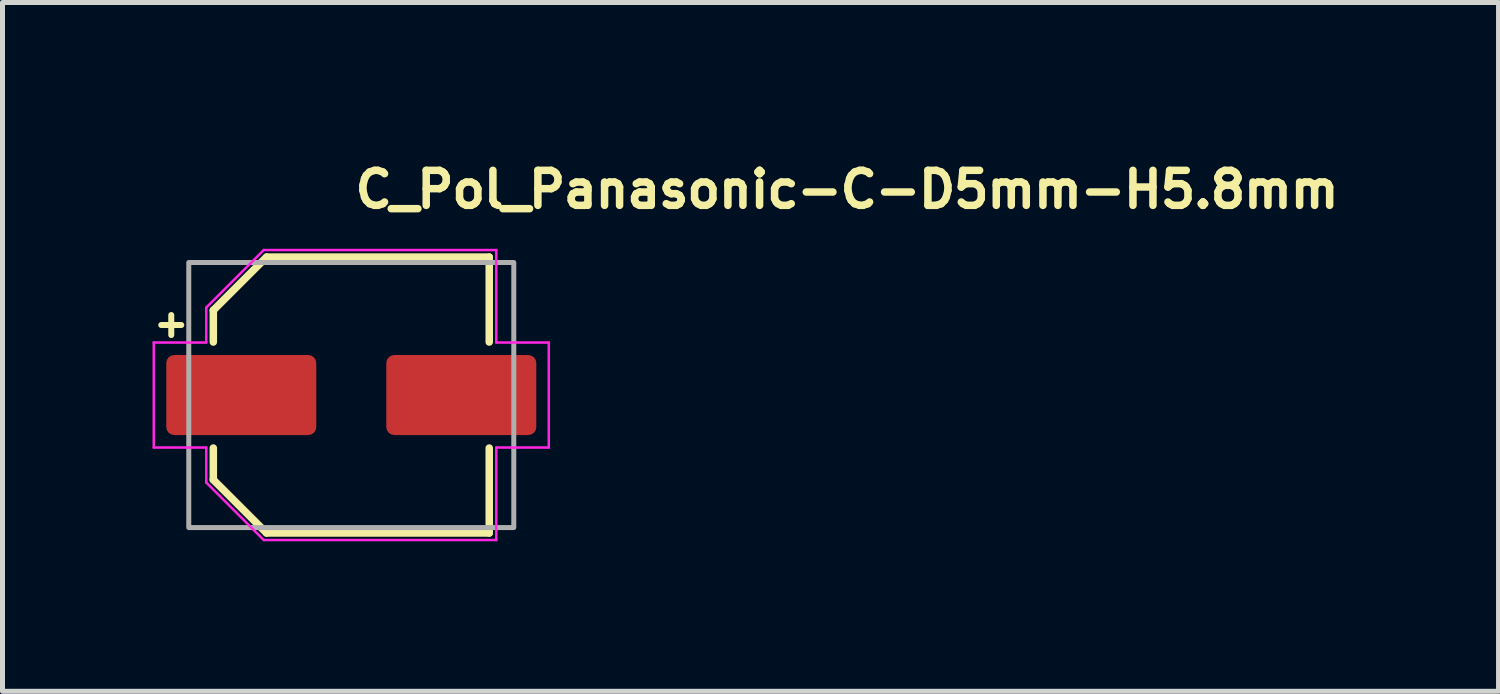
<source format=kicad_pcb>
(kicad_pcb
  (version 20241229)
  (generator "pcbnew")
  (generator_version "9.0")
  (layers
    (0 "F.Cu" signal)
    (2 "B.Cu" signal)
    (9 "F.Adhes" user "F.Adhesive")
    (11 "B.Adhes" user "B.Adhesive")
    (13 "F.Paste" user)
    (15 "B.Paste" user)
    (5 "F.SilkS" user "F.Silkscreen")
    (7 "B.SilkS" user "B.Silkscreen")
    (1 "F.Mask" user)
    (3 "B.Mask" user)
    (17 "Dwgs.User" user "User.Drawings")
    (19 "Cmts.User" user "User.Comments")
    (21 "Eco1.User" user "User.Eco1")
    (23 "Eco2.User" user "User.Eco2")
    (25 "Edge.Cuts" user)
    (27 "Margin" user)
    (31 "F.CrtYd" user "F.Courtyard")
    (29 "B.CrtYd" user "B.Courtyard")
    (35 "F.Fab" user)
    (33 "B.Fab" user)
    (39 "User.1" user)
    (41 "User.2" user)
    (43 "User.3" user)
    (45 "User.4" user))
  (footprint "C_Pol_Panasonic-C-D5mm-H5.8mm"
    (layer "F.Cu")
    (at 3.975 4.85)
    (property "Reference" "C_Pol_Panasonic-C-D5mm-H5.8mm" (at 0 -3.7 0) (layer "F.SilkS") (effects (font (size 0.7 0.7) (thickness 0.15)) (justify left bottom)))
    (attr smd)
    (fp_line (start -3.8 -1.4) (end -3.4 -1.4) (stroke (width 0.12) (type solid)) (layer "F.SilkS"))
    (fp_line (start -3.6 -1.6) (end -3.6 -1.2) (stroke (width 0.12) (type solid)) (layer "F.SilkS"))
    (fp_line (start -2.759 -1.695) (end -2.759 -1.06) (stroke (width 0.15) (type solid)) (layer "F.SilkS"))
    (fp_line (start -2.759 -1.695) (end -1.695 -2.759) (stroke (width 0.15) (type solid)) (layer "F.SilkS"))
    (fp_line (start -2.759 1.695) (end -2.759 1.06) (stroke (width 0.15) (type solid)) (layer "F.SilkS"))
    (fp_line (start -2.759 1.695) (end -1.695 2.759) (stroke (width 0.15) (type solid)) (layer "F.SilkS"))
    (fp_line (start -1.695 -2.759) (end 2.759 -2.759) (stroke (width 0.15) (type solid)) (layer "F.SilkS"))
    (fp_line (start -1.695 2.759) (end 2.759 2.759) (stroke (width 0.15) (type solid)) (layer "F.SilkS"))
    (fp_line (start 2.759 -2.759) (end 2.759 -1.06) (stroke (width 0.15) (type solid)) (layer "F.SilkS"))
    (fp_line (start 2.759 2.759) (end 2.759 1.06) (stroke (width 0.15) (type solid)) (layer "F.SilkS"))
    (fp_line (start -3.95 -1.05) (end -3.95 1.05) (stroke (width 0.05) (type solid)) (layer "F.CrtYd"))
    (fp_line (start -3.95 1.05) (end -2.9 1.05) (stroke (width 0.05) (type solid)) (layer "F.CrtYd"))
    (fp_line (start -2.9 -1.75) (end -2.9 -1.05) (stroke (width 0.05) (type solid)) (layer "F.CrtYd"))
    (fp_line (start -2.9 -1.75) (end -1.75 -2.9) (stroke (width 0.05) (type solid)) (layer "F.CrtYd"))
    (fp_line (start -2.9 -1.05) (end -3.95 -1.05) (stroke (width 0.05) (type solid)) (layer "F.CrtYd"))
    (fp_line (start -2.9 1.05) (end -2.9 1.75) (stroke (width 0.05) (type solid)) (layer "F.CrtYd"))
    (fp_line (start -2.9 1.75) (end -1.75 2.9) (stroke (width 0.05) (type solid)) (layer "F.CrtYd"))
    (fp_line (start -1.75 -2.9) (end 2.9 -2.9) (stroke (width 0.05) (type solid)) (layer "F.CrtYd"))
    (fp_line (start -1.75 2.9) (end 2.9 2.9) (stroke (width 0.05) (type solid)) (layer "F.CrtYd"))
    (fp_line (start 2.9 -2.9) (end 2.9 -1.05) (stroke (width 0.05) (type solid)) (layer "F.CrtYd"))
    (fp_line (start 2.9 -1.05) (end 3.95 -1.05) (stroke (width 0.05) (type solid)) (layer "F.CrtYd"))
    (fp_line (start 2.9 1.05) (end 2.9 2.9) (stroke (width 0.05) (type solid)) (layer "F.CrtYd"))
    (fp_line (start 3.95 -1.05) (end 3.95 1.05) (stroke (width 0.05) (type solid)) (layer "F.CrtYd"))
    (fp_line (start 3.95 1.05) (end 2.9 1.05) (stroke (width 0.05) (type solid)) (layer "F.CrtYd"))
    (fp_rect (start -3.25 -2.65) (end 3.25 2.65) (stroke (width 0.1) (type solid)) (fill no) (layer "F.Fab"))
    (fp_rect (start -3.25 -2.65) (end 3.25 2.65) (stroke (width 0.1) (type solid)) (fill no) (layer "User.5"))
    (fp_line (start -3.25 -0.325) (end -3.25 0.325) (stroke (width 0.02) (type solid)) (layer "User.9"))
    (fp_line (start -3.25 0.325) (end -2.65 0.325) (stroke (width 0.02) (type solid)) (layer "User.9"))
    (fp_line (start -2.65 -1.649) (end -2.65 -0.517) (stroke (width 0.02) (type solid)) (layer "User.9"))
    (fp_line (start -2.65 -0.517) (end -2.65 0.517) (stroke (width 0.02) (type solid)) (layer "User.9"))
    (fp_line (start -2.65 -0.517) (end -2.628 -0.617) (stroke (width 0.02) (type solid)) (layer "User.9"))
    (fp_line (start -2.65 -0.325) (end -3.25 -0.325) (stroke (width 0.02) (type solid)) (layer "User.9"))
    (fp_line (start -2.65 0.517) (end -2.65 1.649) (stroke (width 0.02) (type solid)) (layer "User.9"))
    (fp_line (start -2.65 1.649) (end -1.649 2.65) (stroke (width 0.02) (type solid)) (layer "User.9"))
    (fp_line (start -2.628 -0.617) (end -2.603 -0.716) (stroke (width 0.02) (type solid)) (layer "User.9"))
    (fp_line (start -2.628 0.617) (end -2.65 0.517) (stroke (width 0.02) (type solid)) (layer "User.9"))
    (fp_line (start -2.603 -0.716) (end -2.542 -0.909) (stroke (width 0.02) (type solid)) (layer "User.9"))
    (fp_line (start -2.603 0.716) (end -2.628 0.617) (stroke (width 0.02) (type solid)) (layer "User.9"))
    (fp_line (start -2.542 -0.909) (end -2.467 -1.096) (stroke (width 0.02) (type solid)) (layer "User.9"))
    (fp_line (start -2.542 0.909) (end -2.603 0.716) (stroke (width 0.02) (type solid)) (layer "User.9"))
    (fp_line (start -2.5 0) (end -2.495 -0.148) (stroke (width 0.02) (type solid)) (layer "User.9"))
    (fp_line (start -2.498 0.073) (end -2.5 0) (stroke (width 0.02) (type solid)) (layer "User.9"))
    (fp_line (start -2.495 -0.148) (end -2.482 -0.295) (stroke (width 0.02) (type solid)) (layer "User.9"))
    (fp_line (start -2.495 0.147) (end -2.498 0.073) (stroke (width 0.02) (type solid)) (layer "User.9"))
    (fp_line (start -2.495 0.148) (end -2.5 0) (stroke (width 0.02) (type solid)) (layer "User.9"))
    (fp_line (start -2.49 0.221) (end -2.495 0.147) (stroke (width 0.02) (type solid)) (layer "User.9"))
    (fp_line (start -2.482 -0.295) (end -2.46 -0.441) (stroke (width 0.02) (type solid)) (layer "User.9"))
    (fp_line (start -2.482 0.295) (end -2.495 0.148) (stroke (width 0.02) (type solid)) (layer "User.9"))
    (fp_line (start -2.482 0.295) (end -2.49 0.221) (stroke (width 0.02) (type solid)) (layer "User.9"))
    (fp_line (start -2.472 0.369) (end -2.482 0.295) (stroke (width 0.02) (type solid)) (layer "User.9"))
    (fp_line (start -2.467 -1.096) (end -2.379 -1.275) (stroke (width 0.02) (type solid)) (layer "User.9"))
    (fp_line (start -2.467 1.096) (end -2.542 0.909) (stroke (width 0.02) (type solid)) (layer "User.9"))
    (fp_line (start -2.46 -0.441) (end -2.43 -0.584) (stroke (width 0.02) (type solid)) (layer "User.9"))
    (fp_line (start -2.46 0.441) (end -2.482 0.295) (stroke (width 0.02) (type solid)) (layer "User.9"))
    (fp_line (start -2.46 0.442) (end -2.472 0.369) (stroke (width 0.02) (type solid)) (layer "User.9"))
    (fp_line (start -2.446 0.515) (end -2.46 0.442) (stroke (width 0.02) (type solid)) (layer "User.9"))
    (fp_line (start -2.43 -0.584) (end -2.392 -0.725) (stroke (width 0.02) (type solid)) (layer "User.9"))
    (fp_line (start -2.43 0.584) (end -2.46 0.441) (stroke (width 0.02) (type solid)) (layer "User.9"))
    (fp_line (start -2.429 0.588) (end -2.446 0.515) (stroke (width 0.02) (type solid)) (layer "User.9"))
    (fp_line (start -2.411 0.66) (end -2.429 0.588) (stroke (width 0.02) (type solid)) (layer "User.9"))
    (fp_line (start -2.392 -0.725) (end -2.346 -0.863) (stroke (width 0.02) (type solid)) (layer "User.9"))
    (fp_line (start -2.392 0.725) (end -2.43 0.584) (stroke (width 0.02) (type solid)) (layer "User.9"))
    (fp_line (start -2.39 0.732) (end -2.411 0.66) (stroke (width 0.02) (type solid)) (layer "User.9"))
    (fp_line (start -2.379 -1.275) (end -2.279 -1.447) (stroke (width 0.02) (type solid)) (layer "User.9"))
    (fp_line (start -2.379 1.275) (end -2.467 1.096) (stroke (width 0.02) (type solid)) (layer "User.9"))
    (fp_line (start -2.367 0.803) (end -2.39 0.732) (stroke (width 0.02) (type solid)) (layer "User.9"))
    (fp_line (start -2.346 -0.863) (end -2.292 -0.998) (stroke (width 0.02) (type solid)) (layer "User.9"))
    (fp_line (start -2.346 0.863) (end -2.392 0.725) (stroke (width 0.02) (type solid)) (layer "User.9"))
    (fp_line (start -2.342 0.873) (end -2.367 0.803) (stroke (width 0.02) (type solid)) (layer "User.9"))
    (fp_line (start -2.315 0.943) (end -2.342 0.873) (stroke (width 0.02) (type solid)) (layer "User.9"))
    (fp_line (start -2.292 -0.998) (end -2.23 -1.129) (stroke (width 0.02) (type solid)) (layer "User.9"))
    (fp_line (start -2.292 0.998) (end -2.346 0.863) (stroke (width 0.02) (type solid)) (layer "User.9"))
    (fp_line (start -2.286 1.011) (end -2.315 0.943) (stroke (width 0.02) (type solid)) (layer "User.9"))
    (fp_line (start -2.279 -1.447) (end -2.167 -1.61) (stroke (width 0.02) (type solid)) (layer "User.9"))
    (fp_line (start -2.279 1.447) (end -2.379 1.275) (stroke (width 0.02) (type solid)) (layer "User.9"))
    (fp_line (start -2.259 -1.07) (end -2.223 -1.142) (stroke (width 0.02) (type solid)) (layer "User.9"))
    (fp_line (start -2.259 -1.07) (end -2.223 -1.142) (stroke (width 0.02) (type solid)) (layer "User.9"))
    (fp_line (start -2.254 1.079) (end -2.286 1.011) (stroke (width 0.02) (type solid)) (layer "User.9"))
    (fp_line (start -2.23 -1.129) (end -2.16 -1.257) (stroke (width 0.02) (type solid)) (layer "User.9"))
    (fp_line (start -2.23 1.129) (end -2.292 0.998) (stroke (width 0.02) (type solid)) (layer "User.9"))
    (fp_line (start -2.223 -1.142) (end -2.185 -1.213) (stroke (width 0.02) (type solid)) (layer "User.9"))
    (fp_line (start -2.223 -1.142) (end -2.185 -1.213) (stroke (width 0.02) (type solid)) (layer "User.9"))
    (fp_line (start -2.223 1.142) (end -2.259 1.07) (stroke (width 0.02) (type solid)) (layer "User.9"))
    (fp_line (start -2.221 1.146) (end -2.254 1.079) (stroke (width 0.02) (type solid)) (layer "User.9"))
    (fp_line (start -2.221 1.146) (end -2.221 1.146) (stroke (width 0.02) (type solid)) (layer "User.9"))
    (fp_line (start -2.186 1.213) (end -2.221 1.146) (stroke (width 0.02) (type solid)) (layer "User.9"))
    (fp_line (start -2.185 -1.213) (end -2.145 -1.283) (stroke (width 0.02) (type solid)) (layer "User.9"))
    (fp_line (start -2.185 -1.213) (end -2.145 -1.283) (stroke (width 0.02) (type solid)) (layer "User.9"))
    (fp_line (start -2.185 1.213) (end -2.223 1.142) (stroke (width 0.02) (type solid)) (layer "User.9"))
    (fp_line (start -2.167 -1.61) (end -2.043 -1.764) (stroke (width 0.02) (type solid)) (layer "User.9"))
    (fp_line (start -2.167 1.61) (end -2.279 1.447) (stroke (width 0.02) (type solid)) (layer "User.9"))
    (fp_line (start -2.16 -1.257) (end -2.084 -1.38) (stroke (width 0.02) (type solid)) (layer "User.9"))
    (fp_line (start -2.16 1.257) (end -2.23 1.129) (stroke (width 0.02) (type solid)) (layer "User.9"))
    (fp_line (start -2.148 1.278) (end -2.186 1.213) (stroke (width 0.02) (type solid)) (layer "User.9"))
    (fp_line (start -2.145 -1.283) (end -2.103 -1.351) (stroke (width 0.02) (type solid)) (layer "User.9"))
    (fp_line (start -2.145 -1.283) (end -2.103 -1.351) (stroke (width 0.02) (type solid)) (layer "User.9"))
    (fp_line (start -2.145 1.283) (end -2.185 1.213) (stroke (width 0.02) (type solid)) (layer "User.9"))
    (fp_line (start -2.109 1.341) (end -2.148 1.278) (stroke (width 0.02) (type solid)) (layer "User.9"))
    (fp_line (start -2.103 -1.351) (end -2.058 -1.418) (stroke (width 0.02) (type solid)) (layer "User.9"))
    (fp_line (start -2.103 -1.351) (end -2.058 -1.418) (stroke (width 0.02) (type solid)) (layer "User.9"))
    (fp_line (start -2.103 1.351) (end -2.145 1.283) (stroke (width 0.02) (type solid)) (layer "User.9"))
    (fp_line (start -2.084 -1.38) (end -2 -1.499) (stroke (width 0.02) (type solid)) (layer "User.9"))
    (fp_line (start -2.084 1.38) (end -2.16 1.257) (stroke (width 0.02) (type solid)) (layer "User.9"))
    (fp_line (start -2.068 1.404) (end -2.109 1.341) (stroke (width 0.02) (type solid)) (layer "User.9"))
    (fp_line (start -2.058 -1.418) (end -2.012 -1.483) (stroke (width 0.02) (type solid)) (layer "User.9"))
    (fp_line (start -2.058 -1.418) (end -2.012 -1.483) (stroke (width 0.02) (type solid)) (layer "User.9"))
    (fp_line (start -2.058 1.418) (end -2.103 1.351) (stroke (width 0.02) (type solid)) (layer "User.9"))
    (fp_line (start -2.043 -1.764) (end -1.909 -1.909) (stroke (width 0.02) (type solid)) (layer "User.9"))
    (fp_line (start -2.043 1.764) (end -2.167 1.61) (stroke (width 0.02) (type solid)) (layer "User.9"))
    (fp_line (start -2.024 1.465) (end -2.068 1.404) (stroke (width 0.02) (type solid)) (layer "User.9"))
    (fp_line (start -2.012 -1.483) (end -1.963 -1.547) (stroke (width 0.02) (type solid)) (layer "User.9"))
    (fp_line (start -2.012 -1.483) (end -1.963 -1.547) (stroke (width 0.02) (type solid)) (layer "User.9"))
    (fp_line (start -2.012 1.483) (end -2.058 1.418) (stroke (width 0.02) (type solid)) (layer "User.9"))
    (fp_line (start -2 -1.499) (end -1.909 -1.613) (stroke (width 0.02) (type solid)) (layer "User.9"))
    (fp_line (start -2 1.499) (end -2.084 1.38) (stroke (width 0.02) (type solid)) (layer "User.9"))
    (fp_line (start -1.98 1.526) (end -2.024 1.465) (stroke (width 0.02) (type solid)) (layer "User.9"))
    (fp_line (start -1.963 -1.547) (end -1.912 -1.609) (stroke (width 0.02) (type solid)) (layer "User.9"))
    (fp_line (start -1.963 -1.547) (end -1.912 -1.609) (stroke (width 0.02) (type solid)) (layer "User.9"))
    (fp_line (start -1.963 1.547) (end -2.012 1.483) (stroke (width 0.02) (type solid)) (layer "User.9"))
    (fp_line (start -1.933 1.584) (end -1.98 1.526) (stroke (width 0.02) (type solid)) (layer "User.9"))
    (fp_line (start -1.912 -1.609) (end -1.859 -1.67) (stroke (width 0.02) (type solid)) (layer "User.9"))
    (fp_line (start -1.912 -1.609) (end -1.859 -1.67) (stroke (width 0.02) (type solid)) (layer "User.9"))
    (fp_line (start -1.912 1.609) (end -1.963 1.547) (stroke (width 0.02) (type solid)) (layer "User.9"))
    (fp_line (start -1.909 -1.909) (end -1.764 -2.043) (stroke (width 0.02) (type solid)) (layer "User.9"))
    (fp_line (start -1.909 -1.613) (end -1.811 -1.722) (stroke (width 0.02) (type solid)) (layer "User.9"))
    (fp_line (start -1.909 1.613) (end -2 1.499) (stroke (width 0.02) (type solid)) (layer "User.9"))
    (fp_line (start -1.909 1.909) (end -2.043 1.764) (stroke (width 0.02) (type solid)) (layer "User.9"))
    (fp_line (start -1.884 1.642) (end -1.933 1.584) (stroke (width 0.02) (type solid)) (layer "User.9"))
    (fp_line (start -1.859 -1.67) (end -1.805 -1.729) (stroke (width 0.02) (type solid)) (layer "User.9"))
    (fp_line (start -1.859 -1.67) (end -1.805 -1.729) (stroke (width 0.02) (type solid)) (layer "User.9"))
    (fp_line (start -1.859 1.67) (end -1.912 1.609) (stroke (width 0.02) (type solid)) (layer "User.9"))
    (fp_line (start -1.834 1.698) (end -1.884 1.642) (stroke (width 0.02) (type solid)) (layer "User.9"))
    (fp_line (start -1.811 -1.722) (end -1.707 -1.826) (stroke (width 0.02) (type solid)) (layer "User.9"))
    (fp_line (start -1.811 1.722) (end -1.909 1.613) (stroke (width 0.02) (type solid)) (layer "User.9"))
    (fp_line (start -1.805 -1.729) (end -1.748 -1.786) (stroke (width 0.02) (type solid)) (layer "User.9"))
    (fp_line (start -1.805 -1.729) (end -1.748 -1.786) (stroke (width 0.02) (type solid)) (layer "User.9"))
    (fp_line (start -1.805 1.729) (end -1.859 1.67) (stroke (width 0.02) (type solid)) (layer "User.9"))
    (fp_line (start -1.782 1.752) (end -1.834 1.698) (stroke (width 0.02) (type solid)) (layer "User.9"))
    (fp_line (start -1.764 -2.043) (end -1.61 -2.167) (stroke (width 0.02) (type solid)) (layer "User.9"))
    (fp_line (start -1.764 2.043) (end -1.909 1.909) (stroke (width 0.02) (type solid)) (layer "User.9"))
    (fp_line (start -1.748 -1.786) (end -1.69 -1.842) (stroke (width 0.02) (type solid)) (layer "User.9"))
    (fp_line (start -1.748 -1.786) (end -1.69 -1.842) (stroke (width 0.02) (type solid)) (layer "User.9"))
    (fp_line (start -1.748 1.786) (end -1.805 1.729) (stroke (width 0.02) (type solid)) (layer "User.9"))
    (fp_line (start -1.729 1.805) (end -1.782 1.752) (stroke (width 0.02) (type solid)) (layer "User.9"))
    (fp_line (start -1.707 -1.826) (end -1.596 -1.924) (stroke (width 0.02) (type solid)) (layer "User.9"))
    (fp_line (start -1.707 1.826) (end -1.811 1.722) (stroke (width 0.02) (type solid)) (layer "User.9"))
    (fp_line (start -1.69 -1.842) (end -1.63 -1.895) (stroke (width 0.02) (type solid)) (layer "User.9"))
    (fp_line (start -1.69 -1.842) (end -1.63 -1.895) (stroke (width 0.02) (type solid)) (layer "User.9"))
    (fp_line (start -1.69 1.842) (end -1.748 1.786) (stroke (width 0.02) (type solid)) (layer "User.9"))
    (fp_line (start -1.674 1.856) (end -1.729 1.805) (stroke (width 0.02) (type solid)) (layer "User.9"))
    (fp_line (start -1.649 -2.65) (end -2.65 -1.649) (stroke (width 0.02) (type solid)) (layer "User.9"))
    (fp_line (start -1.63 -1.895) (end -1.568 -1.947) (stroke (width 0.02) (type solid)) (layer "User.9"))
    (fp_line (start -1.63 -1.895) (end -1.568 -1.947) (stroke (width 0.02) (type solid)) (layer "User.9"))
    (fp_line (start -1.63 1.895) (end -1.69 1.842) (stroke (width 0.02) (type solid)) (layer "User.9"))
    (fp_line (start -1.617 1.906) (end -1.674 1.856) (stroke (width 0.02) (type solid)) (layer "User.9"))
    (fp_line (start -1.61 -2.167) (end -1.447 -2.279) (stroke (width 0.02) (type solid)) (layer "User.9"))
    (fp_line (start -1.61 2.167) (end -1.764 2.043) (stroke (width 0.02) (type solid)) (layer "User.9"))
    (fp_line (start -1.596 -1.924) (end -1.479 -2.015) (stroke (width 0.02) (type solid)) (layer "User.9"))
    (fp_line (start -1.596 1.924) (end -1.707 1.826) (stroke (width 0.02) (type solid)) (layer "User.9"))
    (fp_line (start -1.568 -1.947) (end -1.504 -1.996) (stroke (width 0.02) (type solid)) (layer "User.9"))
    (fp_line (start -1.568 -1.947) (end -1.504 -1.996) (stroke (width 0.02) (type solid)) (layer "User.9"))
    (fp_line (start -1.568 1.947) (end -1.63 1.895) (stroke (width 0.02) (type solid)) (layer "User.9"))
    (fp_line (start -1.559 1.953) (end -1.617 1.906) (stroke (width 0.02) (type solid)) (layer "User.9"))
    (fp_line (start -1.504 -1.996) (end -1.439 -2.043) (stroke (width 0.02) (type solid)) (layer "User.9"))
    (fp_line (start -1.504 -1.996) (end -1.439 -2.043) (stroke (width 0.02) (type solid)) (layer "User.9"))
    (fp_line (start -1.504 1.996) (end -1.568 1.947) (stroke (width 0.02) (type solid)) (layer "User.9"))
    (fp_line (start -1.5 1.999) (end -1.559 1.953) (stroke (width 0.02) (type solid)) (layer "User.9"))
    (fp_line (start -1.479 -2.015) (end -1.479 -2.015) (stroke (width 0.02) (type solid)) (layer "User.9"))
    (fp_line (start -1.479 -2.015) (end -1.356 -2.099) (stroke (width 0.02) (type solid)) (layer "User.9"))
    (fp_line (start -1.479 2.015) (end -1.596 1.924) (stroke (width 0.02) (type solid)) (layer "User.9"))
    (fp_line (start -1.479 2.015) (end -1.479 2.015) (stroke (width 0.02) (type solid)) (layer "User.9"))
    (fp_line (start -1.447 -2.279) (end -1.275 -2.379) (stroke (width 0.02) (type solid)) (layer "User.9"))
    (fp_line (start -1.447 2.279) (end -1.61 2.167) (stroke (width 0.02) (type solid)) (layer "User.9"))
    (fp_line (start -1.439 2.043) (end -1.504 1.996) (stroke (width 0.02) (type solid)) (layer "User.9"))
    (fp_line (start -1.439 2.043) (end -1.5 1.999) (stroke (width 0.02) (type solid)) (layer "User.9"))
    (fp_line (start -1.356 -2.099) (end -1.23 -2.176) (stroke (width 0.02) (type solid)) (layer "User.9"))
    (fp_line (start -1.356 2.099) (end -1.479 2.015) (stroke (width 0.02) (type solid)) (layer "User.9"))
    (fp_line (start -1.275 -2.379) (end -1.096 -2.467) (stroke (width 0.02) (type solid)) (layer "User.9"))
    (fp_line (start -1.275 2.379) (end -1.447 2.279) (stroke (width 0.02) (type solid)) (layer "User.9"))
    (fp_line (start -1.23 -2.176) (end -1.1 -2.245) (stroke (width 0.02) (type solid)) (layer "User.9"))
    (fp_line (start -1.23 2.176) (end -1.356 2.099) (stroke (width 0.02) (type solid)) (layer "User.9"))
    (fp_line (start -1.1 -2.245) (end -0.966 -2.305) (stroke (width 0.02) (type solid)) (layer "User.9"))
    (fp_line (start -1.1 2.245) (end -1.23 2.176) (stroke (width 0.02) (type solid)) (layer "User.9"))
    (fp_line (start -1.096 -2.467) (end -0.909 -2.542) (stroke (width 0.02) (type solid)) (layer "User.9"))
    (fp_line (start -1.096 2.467) (end -1.275 2.379) (stroke (width 0.02) (type solid)) (layer "User.9"))
    (fp_line (start -0.966 -2.305) (end -0.83 -2.358) (stroke (width 0.02) (type solid)) (layer "User.9"))
    (fp_line (start -0.966 2.305) (end -1.1 2.245) (stroke (width 0.02) (type solid)) (layer "User.9"))
    (fp_line (start -0.909 -2.542) (end -0.716 -2.603) (stroke (width 0.02) (type solid)) (layer "User.9"))
    (fp_line (start -0.909 2.542) (end -1.096 2.467) (stroke (width 0.02) (type solid)) (layer "User.9"))
    (fp_line (start -0.83 -2.358) (end -0.691 -2.402) (stroke (width 0.02) (type solid)) (layer "User.9"))
    (fp_line (start -0.83 2.358) (end -0.966 2.305) (stroke (width 0.02) (type solid)) (layer "User.9"))
    (fp_line (start -0.716 -2.603) (end -0.617 -2.628) (stroke (width 0.02) (type solid)) (layer "User.9"))
    (fp_line (start -0.716 2.603) (end -0.909 2.542) (stroke (width 0.02) (type solid)) (layer "User.9"))
    (fp_line (start -0.691 -2.402) (end -0.551 -2.438) (stroke (width 0.02) (type solid)) (layer "User.9"))
    (fp_line (start -0.691 2.402) (end -0.83 2.358) (stroke (width 0.02) (type solid)) (layer "User.9"))
    (fp_line (start -0.617 -2.628) (end -0.517 -2.65) (stroke (width 0.02) (type solid)) (layer "User.9"))
    (fp_line (start -0.617 2.628) (end -0.716 2.603) (stroke (width 0.02) (type solid)) (layer "User.9"))
    (fp_line (start -0.551 -2.438) (end -0.408 -2.466) (stroke (width 0.02) (type solid)) (layer "User.9"))
    (fp_line (start -0.551 2.438) (end -0.691 2.402) (stroke (width 0.02) (type solid)) (layer "User.9"))
    (fp_line (start -0.517 -2.65) (end -1.649 -2.65) (stroke (width 0.02) (type solid)) (layer "User.9"))
    (fp_line (start -0.517 2.65) (end -1.649 2.65) (stroke (width 0.02) (type solid)) (layer "User.9"))
    (fp_line (start -0.517 2.65) (end -0.617 2.628) (stroke (width 0.02) (type solid)) (layer "User.9"))
    (fp_line (start -0.517 2.65) (end 0.517 2.65) (stroke (width 0.02) (type solid)) (layer "User.9"))
    (fp_line (start -0.408 -2.466) (end -0.264 -2.485) (stroke (width 0.02) (type solid)) (layer "User.9"))
    (fp_line (start -0.408 2.466) (end -0.551 2.438) (stroke (width 0.02) (type solid)) (layer "User.9"))
    (fp_line (start -0.264 -2.485) (end -0.119 -2.497) (stroke (width 0.02) (type solid)) (layer "User.9"))
    (fp_line (start -0.264 2.485) (end -0.408 2.466) (stroke (width 0.02) (type solid)) (layer "User.9"))
    (fp_line (start -0.119 -2.497) (end 0.025 -2.499) (stroke (width 0.02) (type solid)) (layer "User.9"))
    (fp_line (start -0.119 2.497) (end -0.264 2.485) (stroke (width 0.02) (type solid)) (layer "User.9"))
    (fp_line (start 0.025 -2.499) (end 0.171 -2.494) (stroke (width 0.02) (type solid)) (layer "User.9"))
    (fp_line (start 0.025 2.499) (end -0.119 2.497) (stroke (width 0.02) (type solid)) (layer "User.9"))
    (fp_line (start 0.171 -2.494) (end 0.317 -2.479) (stroke (width 0.02) (type solid)) (layer "User.9"))
    (fp_line (start 0.171 2.494) (end 0.025 2.499) (stroke (width 0.02) (type solid)) (layer "User.9"))
    (fp_line (start 0.317 -2.479) (end 0.462 -2.456) (stroke (width 0.02) (type solid)) (layer "User.9"))
    (fp_line (start 0.317 2.479) (end 0.171 2.494) (stroke (width 0.02) (type solid)) (layer "User.9"))
    (fp_line (start 0.462 -2.456) (end 0.606 -2.425) (stroke (width 0.02) (type solid)) (layer "User.9"))
    (fp_line (start 0.462 2.456) (end 0.317 2.479) (stroke (width 0.02) (type solid)) (layer "User.9"))
    (fp_line (start 0.517 -2.65) (end -0.517 -2.65) (stroke (width 0.02) (type solid)) (layer "User.9"))
    (fp_line (start 0.517 2.65) (end 0.617 2.628) (stroke (width 0.02) (type solid)) (layer "User.9"))
    (fp_line (start 0.517 2.65) (end 2.25 2.65) (stroke (width 0.02) (type solid)) (layer "User.9"))
    (fp_line (start 0.606 -2.425) (end 0.75 -2.384) (stroke (width 0.02) (type solid)) (layer "User.9"))
    (fp_line (start 0.606 2.425) (end 0.462 2.456) (stroke (width 0.02) (type solid)) (layer "User.9"))
    (fp_line (start 0.617 -2.628) (end 0.517 -2.65) (stroke (width 0.02) (type solid)) (layer "User.9"))
    (fp_line (start 0.617 2.628) (end 0.716 2.603) (stroke (width 0.02) (type solid)) (layer "User.9"))
    (fp_line (start 0.716 -2.603) (end 0.617 -2.628) (stroke (width 0.02) (type solid)) (layer "User.9"))
    (fp_line (start 0.716 2.603) (end 0.909 2.542) (stroke (width 0.02) (type solid)) (layer "User.9"))
    (fp_line (start 0.75 -2.384) (end 0.846 -2.352) (stroke (width 0.02) (type solid)) (layer "User.9"))
    (fp_line (start 0.75 2.384) (end 0.606 2.425) (stroke (width 0.02) (type solid)) (layer "User.9"))
    (fp_line (start 0.846 -2.352) (end 0.941 -2.316) (stroke (width 0.02) (type solid)) (layer "User.9"))
    (fp_line (start 0.909 -2.542) (end 0.716 -2.603) (stroke (width 0.02) (type solid)) (layer "User.9"))
    (fp_line (start 0.909 2.542) (end 1.096 2.467) (stroke (width 0.02) (type solid)) (layer "User.9"))
    (fp_line (start 0.941 -2.316) (end 1.033 -2.276) (stroke (width 0.02) (type solid)) (layer "User.9"))
    (fp_line (start 0.941 2.316) (end 0.749 2.384) (stroke (width 0.02) (type solid)) (layer "User.9"))
    (fp_line (start 1.033 -2.276) (end 1.124 -2.233) (stroke (width 0.02) (type solid)) (layer "User.9"))
    (fp_line (start 1.093 -2.248) (end 1.197 -2.194) (stroke (width 0.02) (type solid)) (layer "User.9"))
    (fp_line (start 1.093 -2.248) (end 1.197 -2.194) (stroke (width 0.02) (type solid)) (layer "User.9"))
    (fp_line (start 1.096 -2.467) (end 0.909 -2.542) (stroke (width 0.02) (type solid)) (layer "User.9"))
    (fp_line (start 1.096 2.467) (end 1.275 2.379) (stroke (width 0.02) (type solid)) (layer "User.9"))
    (fp_line (start 1.124 -2.233) (end 1.212 -2.186) (stroke (width 0.02) (type solid)) (layer "User.9"))
    (fp_line (start 1.124 2.233) (end 0.941 2.316) (stroke (width 0.02) (type solid)) (layer "User.9"))
    (fp_line (start 1.197 -2.194) (end 1.298 -2.136) (stroke (width 0.02) (type solid)) (layer "User.9"))
    (fp_line (start 1.197 -2.194) (end 1.298 -2.136) (stroke (width 0.02) (type solid)) (layer "User.9"))
    (fp_line (start 1.197 2.194) (end 1.093 2.248) (stroke (width 0.02) (type solid)) (layer "User.9"))
    (fp_line (start 1.197 2.194) (end 1.093 2.248) (stroke (width 0.02) (type solid)) (layer "User.9"))
    (fp_line (start 1.212 -2.186) (end 1.298 -2.136) (stroke (width 0.02) (type solid)) (layer "User.9"))
    (fp_line (start 1.275 -2.379) (end 1.096 -2.467) (stroke (width 0.02) (type solid)) (layer "User.9"))
    (fp_line (start 1.275 2.379) (end 1.447 2.279) (stroke (width 0.02) (type solid)) (layer "User.9"))
    (fp_line (start 1.298 -2.136) (end 1.381 -2.083) (stroke (width 0.02) (type solid)) (layer "User.9"))
    (fp_line (start 1.298 -2.136) (end 1.396 -2.073) (stroke (width 0.02) (type solid)) (layer "User.9"))
    (fp_line (start 1.298 -2.136) (end 1.396 -2.073) (stroke (width 0.02) (type solid)) (layer "User.9"))
    (fp_line (start 1.298 2.136) (end 1.124 2.233) (stroke (width 0.02) (type solid)) (layer "User.9"))
    (fp_line (start 1.298 2.136) (end 1.197 2.194) (stroke (width 0.02) (type solid)) (layer "User.9"))
    (fp_line (start 1.298 2.136) (end 1.197 2.194) (stroke (width 0.02) (type solid)) (layer "User.9"))
    (fp_line (start 1.381 -2.083) (end 1.462 -2.027) (stroke (width 0.02) (type solid)) (layer "User.9"))
    (fp_line (start 1.396 -2.073) (end 1.491 -2.006) (stroke (width 0.02) (type solid)) (layer "User.9"))
    (fp_line (start 1.396 -2.073) (end 1.491 -2.006) (stroke (width 0.02) (type solid)) (layer "User.9"))
    (fp_line (start 1.396 2.073) (end 1.298 2.136) (stroke (width 0.02) (type solid)) (layer "User.9"))
    (fp_line (start 1.396 2.073) (end 1.298 2.136) (stroke (width 0.02) (type solid)) (layer "User.9"))
    (fp_line (start 1.447 -2.279) (end 1.275 -2.379) (stroke (width 0.02) (type solid)) (layer "User.9"))
    (fp_line (start 1.447 2.279) (end 1.61 2.167) (stroke (width 0.02) (type solid)) (layer "User.9"))
    (fp_line (start 1.462 -2.027) (end 1.541 -1.968) (stroke (width 0.02) (type solid)) (layer "User.9"))
    (fp_line (start 1.462 2.027) (end 1.298 2.136) (stroke (width 0.02) (type solid)) (layer "User.9"))
    (fp_line (start 1.491 -2.006) (end 1.583 -1.934) (stroke (width 0.02) (type solid)) (layer "User.9"))
    (fp_line (start 1.491 -2.006) (end 1.583 -1.934) (stroke (width 0.02) (type solid)) (layer "User.9"))
    (fp_line (start 1.491 2.006) (end 1.396 2.073) (stroke (width 0.02) (type solid)) (layer "User.9"))
    (fp_line (start 1.491 2.006) (end 1.396 2.073) (stroke (width 0.02) (type solid)) (layer "User.9"))
    (fp_line (start 1.541 -1.968) (end 1.617 -1.906) (stroke (width 0.02) (type solid)) (layer "User.9"))
    (fp_line (start 1.583 -1.934) (end 1.672 -1.858) (stroke (width 0.02) (type solid)) (layer "User.9"))
    (fp_line (start 1.583 -1.934) (end 1.672 -1.858) (stroke (width 0.02) (type solid)) (layer "User.9"))
    (fp_line (start 1.583 1.934) (end 1.491 2.006) (stroke (width 0.02) (type solid)) (layer "User.9"))
    (fp_line (start 1.583 1.934) (end 1.491 2.006) (stroke (width 0.02) (type solid)) (layer "User.9"))
    (fp_line (start 1.61 -2.167) (end 1.447 -2.279) (stroke (width 0.02) (type solid)) (layer "User.9"))
    (fp_line (start 1.61 2.167) (end 1.764 2.043) (stroke (width 0.02) (type solid)) (layer "User.9"))
    (fp_line (start 1.617 -1.906) (end 1.69 -1.841) (stroke (width 0.02) (type solid)) (layer "User.9"))
    (fp_line (start 1.617 1.906) (end 1.462 2.027) (stroke (width 0.02) (type solid)) (layer "User.9"))
    (fp_line (start 1.672 -1.858) (end 1.756 -1.778) (stroke (width 0.02) (type solid)) (layer "User.9"))
    (fp_line (start 1.672 -1.858) (end 1.756 -1.778) (stroke (width 0.02) (type solid)) (layer "User.9"))
    (fp_line (start 1.672 1.858) (end 1.583 1.934) (stroke (width 0.02) (type solid)) (layer "User.9"))
    (fp_line (start 1.672 1.858) (end 1.583 1.934) (stroke (width 0.02) (type solid)) (layer "User.9"))
    (fp_line (start 1.69 -1.841) (end 1.761 -1.774) (stroke (width 0.02) (type solid)) (layer "User.9"))
    (fp_line (start 1.756 -1.778) (end 1.837 -1.694) (stroke (width 0.02) (type solid)) (layer "User.9"))
    (fp_line (start 1.756 -1.778) (end 1.837 -1.694) (stroke (width 0.02) (type solid)) (layer "User.9"))
    (fp_line (start 1.756 1.778) (end 1.672 1.858) (stroke (width 0.02) (type solid)) (layer "User.9"))
    (fp_line (start 1.756 1.778) (end 1.672 1.858) (stroke (width 0.02) (type solid)) (layer "User.9"))
    (fp_line (start 1.761 -1.774) (end 1.829 -1.704) (stroke (width 0.02) (type solid)) (layer "User.9"))
    (fp_line (start 1.761 1.774) (end 1.617 1.906) (stroke (width 0.02) (type solid)) (layer "User.9"))
    (fp_line (start 1.764 -2.043) (end 1.61 -2.167) (stroke (width 0.02) (type solid)) (layer "User.9"))
    (fp_line (start 1.764 2.043) (end 1.909 1.909) (stroke (width 0.02) (type solid)) (layer "User.9"))
    (fp_line (start 1.829 -1.704) (end 1.894 -1.631) (stroke (width 0.02) (type solid)) (layer "User.9"))
    (fp_line (start 1.837 -1.694) (end 1.914 -1.607) (stroke (width 0.02) (type solid)) (layer "User.9"))
    (fp_line (start 1.837 -1.694) (end 1.914 -1.607) (stroke (width 0.02) (type solid)) (layer "User.9"))
    (fp_line (start 1.837 1.694) (end 1.756 1.778) (stroke (width 0.02) (type solid)) (layer "User.9"))
    (fp_line (start 1.837 1.694) (end 1.756 1.778) (stroke (width 0.02) (type solid)) (layer "User.9"))
    (fp_line (start 1.894 -1.631) (end 1.956 -1.556) (stroke (width 0.02) (type solid)) (layer "User.9"))
    (fp_line (start 1.894 1.631) (end 1.761 1.774) (stroke (width 0.02) (type solid)) (layer "User.9"))
    (fp_line (start 1.909 -1.909) (end 1.764 -2.043) (stroke (width 0.02) (type solid)) (layer "User.9"))
    (fp_line (start 1.909 1.909) (end 2.043 1.764) (stroke (width 0.02) (type solid)) (layer "User.9"))
    (fp_line (start 1.914 -1.607) (end 1.987 -1.516) (stroke (width 0.02) (type solid)) (layer "User.9"))
    (fp_line (start 1.914 -1.607) (end 1.987 -1.516) (stroke (width 0.02) (type solid)) (layer "User.9"))
    (fp_line (start 1.914 1.607) (end 1.837 1.694) (stroke (width 0.02) (type solid)) (layer "User.9"))
    (fp_line (start 1.914 1.607) (end 1.837 1.694) (stroke (width 0.02) (type solid)) (layer "User.9"))
    (fp_line (start 1.956 -1.556) (end 2.015 -1.479) (stroke (width 0.02) (type solid)) (layer "User.9"))
    (fp_line (start 1.987 -1.516) (end 2.056 -1.421) (stroke (width 0.02) (type solid)) (layer "User.9"))
    (fp_line (start 1.987 -1.516) (end 2.056 -1.421) (stroke (width 0.02) (type solid)) (layer "User.9"))
    (fp_line (start 1.987 1.516) (end 1.914 1.607) (stroke (width 0.02) (type solid)) (layer "User.9"))
    (fp_line (start 1.987 1.516) (end 1.914 1.607) (stroke (width 0.02) (type solid)) (layer "User.9"))
    (fp_line (start 2.015 -1.479) (end 2.071 -1.399) (stroke (width 0.02) (type solid)) (layer "User.9"))
    (fp_line (start 2.015 1.479) (end 1.894 1.631) (stroke (width 0.02) (type solid)) (layer "User.9"))
    (fp_line (start 2.043 -1.764) (end 1.909 -1.909) (stroke (width 0.02) (type solid)) (layer "User.9"))
    (fp_line (start 2.043 1.764) (end 2.167 1.61) (stroke (width 0.02) (type solid)) (layer "User.9"))
    (fp_line (start 2.056 -1.421) (end 2.12 -1.324) (stroke (width 0.02) (type solid)) (layer "User.9"))
    (fp_line (start 2.056 -1.421) (end 2.12 -1.324) (stroke (width 0.02) (type solid)) (layer "User.9"))
    (fp_line (start 2.056 1.421) (end 1.987 1.516) (stroke (width 0.02) (type solid)) (layer "User.9"))
    (fp_line (start 2.056 1.421) (end 1.987 1.516) (stroke (width 0.02) (type solid)) (layer "User.9"))
    (fp_line (start 2.071 -1.399) (end 2.124 -1.317) (stroke (width 0.02) (type solid)) (layer "User.9"))
    (fp_line (start 2.12 -1.324) (end 2.179 -1.224) (stroke (width 0.02) (type solid)) (layer "User.9"))
    (fp_line (start 2.12 -1.324) (end 2.179 -1.224) (stroke (width 0.02) (type solid)) (layer "User.9"))
    (fp_line (start 2.12 1.324) (end 2.056 1.421) (stroke (width 0.02) (type solid)) (layer "User.9"))
    (fp_line (start 2.12 1.324) (end 2.056 1.421) (stroke (width 0.02) (type solid)) (layer "User.9"))
    (fp_line (start 2.124 -1.317) (end 2.174 -1.233) (stroke (width 0.02) (type solid)) (layer "User.9"))
    (fp_line (start 2.124 1.317) (end 2.015 1.479) (stroke (width 0.02) (type solid)) (layer "User.9"))
    (fp_line (start 2.167 -1.61) (end 2.043 -1.764) (stroke (width 0.02) (type solid)) (layer "User.9"))
    (fp_line (start 2.167 1.61) (end 2.279 1.447) (stroke (width 0.02) (type solid)) (layer "User.9"))
    (fp_line (start 2.174 -1.233) (end 2.22 -1.148) (stroke (width 0.02) (type solid)) (layer "User.9"))
    (fp_line (start 2.179 -1.224) (end 2.234 -1.121) (stroke (width 0.02) (type solid)) (layer "User.9"))
    (fp_line (start 2.179 -1.224) (end 2.234 -1.121) (stroke (width 0.02) (type solid)) (layer "User.9"))
    (fp_line (start 2.179 1.224) (end 2.12 1.324) (stroke (width 0.02) (type solid)) (layer "User.9"))
    (fp_line (start 2.179 1.224) (end 2.12 1.324) (stroke (width 0.02) (type solid)) (layer "User.9"))
    (fp_line (start 2.22 -1.148) (end 2.264 -1.06) (stroke (width 0.02) (type solid)) (layer "User.9"))
    (fp_line (start 2.22 1.148) (end 2.124 1.317) (stroke (width 0.02) (type solid)) (layer "User.9"))
    (fp_line (start 2.234 -1.121) (end 2.284 -1.016) (stroke (width 0.02) (type solid)) (layer "User.9"))
    (fp_line (start 2.234 -1.121) (end 2.284 -1.016) (stroke (width 0.02) (type solid)) (layer "User.9"))
    (fp_line (start 2.234 1.121) (end 2.179 1.224) (stroke (width 0.02) (type solid)) (layer "User.9"))
    (fp_line (start 2.234 1.121) (end 2.179 1.224) (stroke (width 0.02) (type solid)) (layer "User.9"))
    (fp_line (start 2.25 -2.65) (end 0.517 -2.65) (stroke (width 0.02) (type solid)) (layer "User.9"))
    (fp_line (start 2.25 -2.65) (end 2.269 -2.649) (stroke (width 0.02) (type solid)) (layer "User.9"))
    (fp_line (start 2.264 -1.06) (end 2.303 -0.97) (stroke (width 0.02) (type solid)) (layer "User.9"))
    (fp_line (start 2.269 -2.649) (end 2.289 -2.648) (stroke (width 0.02) (type solid)) (layer "User.9"))
    (fp_line (start 2.269 2.649) (end 2.25 2.65) (stroke (width 0.02) (type solid)) (layer "User.9"))
    (fp_line (start 2.279 -1.447) (end 2.167 -1.61) (stroke (width 0.02) (type solid)) (layer "User.9"))
    (fp_line (start 2.279 1.447) (end 2.379 1.275) (stroke (width 0.02) (type solid)) (layer "User.9"))
    (fp_line (start 2.284 -1.016) (end 2.329 -0.908) (stroke (width 0.02) (type solid)) (layer "User.9"))
    (fp_line (start 2.284 -1.016) (end 2.329 -0.908) (stroke (width 0.02) (type solid)) (layer "User.9"))
    (fp_line (start 2.284 1.016) (end 2.234 1.121) (stroke (width 0.02) (type solid)) (layer "User.9"))
    (fp_line (start 2.284 1.016) (end 2.234 1.121) (stroke (width 0.02) (type solid)) (layer "User.9"))
    (fp_line (start 2.289 -2.648) (end 2.309 -2.645) (stroke (width 0.02) (type solid)) (layer "User.9"))
    (fp_line (start 2.289 2.648) (end 2.269 2.649) (stroke (width 0.02) (type solid)) (layer "User.9"))
    (fp_line (start 2.303 -0.97) (end 2.34 -0.879) (stroke (width 0.02) (type solid)) (layer "User.9"))
    (fp_line (start 2.303 0.97) (end 2.22 1.148) (stroke (width 0.02) (type solid)) (layer "User.9"))
    (fp_line (start 2.309 -2.645) (end 2.328 -2.642) (stroke (width 0.02) (type solid)) (layer "User.9"))
    (fp_line (start 2.309 2.645) (end 2.289 2.648) (stroke (width 0.02) (type solid)) (layer "User.9"))
    (fp_line (start 2.328 -2.642) (end 2.347 -2.637) (stroke (width 0.02) (type solid)) (layer "User.9"))
    (fp_line (start 2.328 2.642) (end 2.309 2.645) (stroke (width 0.02) (type solid)) (layer "User.9"))
    (fp_line (start 2.329 0.908) (end 2.284 1.016) (stroke (width 0.02) (type solid)) (layer "User.9"))
    (fp_line (start 2.329 0.908) (end 2.284 1.016) (stroke (width 0.02) (type solid)) (layer "User.9"))
    (fp_line (start 2.34 -0.879) (end 2.373 -0.787) (stroke (width 0.02) (type solid)) (layer "User.9"))
    (fp_line (start 2.347 -2.637) (end 2.366 -2.632) (stroke (width 0.02) (type solid)) (layer "User.9"))
    (fp_line (start 2.347 2.637) (end 2.328 2.642) (stroke (width 0.02) (type solid)) (layer "User.9"))
    (fp_line (start 2.366 -2.632) (end 2.384 -2.626) (stroke (width 0.02) (type solid)) (layer "User.9"))
    (fp_line (start 2.366 2.632) (end 2.347 2.637) (stroke (width 0.02) (type solid)) (layer "User.9"))
    (fp_line (start 2.373 -0.787) (end 2.402 -0.693) (stroke (width 0.02) (type solid)) (layer "User.9"))
    (fp_line (start 2.373 0.787) (end 2.303 0.97) (stroke (width 0.02) (type solid)) (layer "User.9"))
    (fp_line (start 2.379 -1.275) (end 2.279 -1.447) (stroke (width 0.02) (type solid)) (layer "User.9"))
    (fp_line (start 2.379 1.275) (end 2.467 1.096) (stroke (width 0.02) (type solid)) (layer "User.9"))
    (fp_line (start 2.384 -2.626) (end 2.403 -2.619) (stroke (width 0.02) (type solid)) (layer "User.9"))
    (fp_line (start 2.384 2.626) (end 2.366 2.632) (stroke (width 0.02) (type solid)) (layer "User.9"))
    (fp_line (start 2.402 -0.693) (end 2.427 -0.597) (stroke (width 0.02) (type solid)) (layer "User.9"))
    (fp_line (start 2.403 -2.619) (end 2.42 -2.611) (stroke (width 0.02) (type solid)) (layer "User.9"))
    (fp_line (start 2.403 2.619) (end 2.384 2.626) (stroke (width 0.02) (type solid)) (layer "User.9"))
    (fp_line (start 2.42 -2.611) (end 2.438 -2.602) (stroke (width 0.02) (type solid)) (layer "User.9"))
    (fp_line (start 2.42 2.611) (end 2.403 2.619) (stroke (width 0.02) (type solid)) (layer "User.9"))
    (fp_line (start 2.427 -0.597) (end 2.449 -0.5) (stroke (width 0.02) (type solid)) (layer "User.9"))
    (fp_line (start 2.427 0.597) (end 2.373 0.787) (stroke (width 0.02) (type solid)) (layer "User.9"))
    (fp_line (start 2.438 -2.602) (end 2.455 -2.593) (stroke (width 0.02) (type solid)) (layer "User.9"))
    (fp_line (start 2.438 2.602) (end 2.42 2.611) (stroke (width 0.02) (type solid)) (layer "User.9"))
    (fp_line (start 2.449 -0.5) (end 2.467 -0.402) (stroke (width 0.02) (type solid)) (layer "User.9"))
    (fp_line (start 2.455 -2.593) (end 2.471 -2.582) (stroke (width 0.02) (type solid)) (layer "User.9"))
    (fp_line (start 2.455 2.593) (end 2.438 2.602) (stroke (width 0.02) (type solid)) (layer "User.9"))
    (fp_line (start 2.467 -1.096) (end 2.379 -1.275) (stroke (width 0.02) (type solid)) (layer "User.9"))
    (fp_line (start 2.467 -0.402) (end 2.481 -0.303) (stroke (width 0.02) (type solid)) (layer "User.9"))
    (fp_line (start 2.467 0.402) (end 2.427 0.597) (stroke (width 0.02) (type solid)) (layer "User.9"))
    (fp_line (start 2.467 1.096) (end 2.542 0.909) (stroke (width 0.02) (type solid)) (layer "User.9"))
    (fp_line (start 2.471 -2.582) (end 2.487 -2.571) (stroke (width 0.02) (type solid)) (layer "User.9"))
    (fp_line (start 2.471 2.582) (end 2.455 2.593) (stroke (width 0.02) (type solid)) (layer "User.9"))
    (fp_line (start 2.481 -0.303) (end 2.491 -0.203) (stroke (width 0.02) (type solid)) (layer "User.9"))
    (fp_line (start 2.487 -2.571) (end 2.503 -2.559) (stroke (width 0.02) (type solid)) (layer "User.9"))
    (fp_line (start 2.487 2.571) (end 2.471 2.582) (stroke (width 0.02) (type solid)) (layer "User.9"))
    (fp_line (start 2.491 -0.203) (end 2.497 -0.101) (stroke (width 0.02) (type solid)) (layer "User.9"))
    (fp_line (start 2.491 0.203) (end 2.467 0.402) (stroke (width 0.02) (type solid)) (layer "User.9"))
    (fp_line (start 2.497 -0.101) (end 2.5 0) (stroke (width 0.02) (type solid)) (layer "User.9"))
    (fp_line (start 2.5 0) (end 2.491 0.203) (stroke (width 0.02) (type solid)) (layer "User.9"))
    (fp_line (start 2.503 -2.559) (end 2.518 -2.546) (stroke (width 0.02) (type solid)) (layer "User.9"))
    (fp_line (start 2.503 2.559) (end 2.487 2.571) (stroke (width 0.02) (type solid)) (layer "User.9"))
    (fp_line (start 2.518 -2.546) (end 2.532 -2.532) (stroke (width 0.02) (type solid)) (layer "User.9"))
    (fp_line (start 2.518 2.546) (end 2.503 2.559) (stroke (width 0.02) (type solid)) (layer "User.9"))
    (fp_line (start 2.532 -2.532) (end 2.532 -2.532) (stroke (width 0.02) (type solid)) (layer "User.9"))
    (fp_line (start 2.532 -2.532) (end 2.546 -2.518) (stroke (width 0.02) (type solid)) (layer "User.9"))
    (fp_line (start 2.532 2.532) (end 2.518 2.546) (stroke (width 0.02) (type solid)) (layer "User.9"))
    (fp_line (start 2.532 2.532) (end 2.532 2.532) (stroke (width 0.02) (type solid)) (layer "User.9"))
    (fp_line (start 2.542 -0.909) (end 2.467 -1.096) (stroke (width 0.02) (type solid)) (layer "User.9"))
    (fp_line (start 2.542 0.909) (end 2.603 0.716) (stroke (width 0.02) (type solid)) (layer "User.9"))
    (fp_line (start 2.546 -2.518) (end 2.559 -2.503) (stroke (width 0.02) (type solid)) (layer "User.9"))
    (fp_line (start 2.546 2.518) (end 2.532 2.532) (stroke (width 0.02) (type solid)) (layer "User.9"))
    (fp_line (start 2.559 -2.503) (end 2.571 -2.487) (stroke (width 0.02) (type solid)) (layer "User.9"))
    (fp_line (start 2.559 2.503) (end 2.546 2.518) (stroke (width 0.02) (type solid)) (layer "User.9"))
    (fp_line (start 2.571 -2.487) (end 2.582 -2.471) (stroke (width 0.02) (type solid)) (layer "User.9"))
    (fp_line (start 2.571 2.487) (end 2.559 2.503) (stroke (width 0.02) (type solid)) (layer "User.9"))
    (fp_line (start 2.582 -2.471) (end 2.593 -2.455) (stroke (width 0.02) (type solid)) (layer "User.9"))
    (fp_line (start 2.582 2.471) (end 2.571 2.487) (stroke (width 0.02) (type solid)) (layer "User.9"))
    (fp_line (start 2.593 -2.455) (end 2.602 -2.438) (stroke (width 0.02) (type solid)) (layer "User.9"))
    (fp_line (start 2.593 2.455) (end 2.582 2.471) (stroke (width 0.02) (type solid)) (layer "User.9"))
    (fp_line (start 2.602 -2.438) (end 2.611 -2.42) (stroke (width 0.02) (type solid)) (layer "User.9"))
    (fp_line (start 2.602 2.438) (end 2.593 2.455) (stroke (width 0.02) (type solid)) (layer "User.9"))
    (fp_line (start 2.603 -0.716) (end 2.542 -0.909) (stroke (width 0.02) (type solid)) (layer "User.9"))
    (fp_line (start 2.603 0.716) (end 2.628 0.617) (stroke (width 0.02) (type solid)) (layer "User.9"))
    (fp_line (start 2.611 -2.42) (end 2.619 -2.403) (stroke (width 0.02) (type solid)) (layer "User.9"))
    (fp_line (start 2.611 2.42) (end 2.602 2.438) (stroke (width 0.02) (type solid)) (layer "User.9"))
    (fp_line (start 2.619 -2.403) (end 2.626 -2.384) (stroke (width 0.02) (type solid)) (layer "User.9"))
    (fp_line (start 2.619 2.403) (end 2.611 2.42) (stroke (width 0.02) (type solid)) (layer "User.9"))
    (fp_line (start 2.626 -2.384) (end 2.632 -2.366) (stroke (width 0.02) (type solid)) (layer "User.9"))
    (fp_line (start 2.626 2.384) (end 2.619 2.403) (stroke (width 0.02) (type solid)) (layer "User.9"))
    (fp_line (start 2.628 -0.617) (end 2.603 -0.716) (stroke (width 0.02) (type solid)) (layer "User.9"))
    (fp_line (start 2.628 0.617) (end 2.65 0.517) (stroke (width 0.02) (type solid)) (layer "User.9"))
    (fp_line (start 2.632 -2.366) (end 2.637 -2.347) (stroke (width 0.02) (type solid)) (layer "User.9"))
    (fp_line (start 2.632 2.366) (end 2.626 2.384) (stroke (width 0.02) (type solid)) (layer "User.9"))
    (fp_line (start 2.637 -2.347) (end 2.642 -2.328) (stroke (width 0.02) (type solid)) (layer "User.9"))
    (fp_line (start 2.637 2.347) (end 2.632 2.366) (stroke (width 0.02) (type solid)) (layer "User.9"))
    (fp_line (start 2.642 -2.328) (end 2.645 -2.309) (stroke (width 0.02) (type solid)) (layer "User.9"))
    (fp_line (start 2.642 2.328) (end 2.637 2.347) (stroke (width 0.02) (type solid)) (layer "User.9"))
    (fp_line (start 2.645 -2.309) (end 2.648 -2.289) (stroke (width 0.02) (type solid)) (layer "User.9"))
    (fp_line (start 2.645 2.309) (end 2.642 2.328) (stroke (width 0.02) (type solid)) (layer "User.9"))
    (fp_line (start 2.648 -2.289) (end 2.649 -2.269) (stroke (width 0.02) (type solid)) (layer "User.9"))
    (fp_line (start 2.648 2.289) (end 2.645 2.309) (stroke (width 0.02) (type solid)) (layer "User.9"))
    (fp_line (start 2.649 -2.269) (end 2.65 -2.25) (stroke (width 0.02) (type solid)) (layer "User.9"))
    (fp_line (start 2.649 2.269) (end 2.648 2.289) (stroke (width 0.02) (type solid)) (layer "User.9"))
    (fp_line (start 2.65 -0.517) (end 2.628 -0.617) (stroke (width 0.02) (type solid)) (layer "User.9"))
    (fp_line (start 2.65 -0.517) (end 2.65 -2.25) (stroke (width 0.02) (type solid)) (layer "User.9"))
    (fp_line (start 2.65 0.325) (end 3.25 0.325) (stroke (width 0.02) (type solid)) (layer "User.9"))
    (fp_line (start 2.65 0.517) (end 2.65 -0.517) (stroke (width 0.02) (type solid)) (layer "User.9"))
    (fp_line (start 2.65 2.25) (end 2.649 2.269) (stroke (width 0.02) (type solid)) (layer "User.9"))
    (fp_line (start 2.65 2.25) (end 2.65 0.517) (stroke (width 0.02) (type solid)) (layer "User.9"))
    (fp_line (start 3.25 -0.325) (end 2.65 -0.325) (stroke (width 0.02) (type solid)) (layer "User.9"))
    (fp_line (start 3.25 0.325) (end 3.25 -0.325) (stroke (width 0.02) (type solid)) (layer "User.9"))
    (pad "1" smd roundrect (at -2.2 0) (size 3 1.6) (layers "F.Cu" "F.Mask" "F.Paste") (roundrect_rratio 0.1))
    (pad "2" smd roundrect (at 2.2 0) (size 3 1.6) (layers "F.Cu" "F.Mask" "F.Paste") (roundrect_rratio 0.1)))
  (gr_rect
    (start -3 -3)
    (end 26.918 10.775)
    (stroke (width 0.1) (type default))
    (fill no)
    (layer "Edge.Cuts")))
</source>
